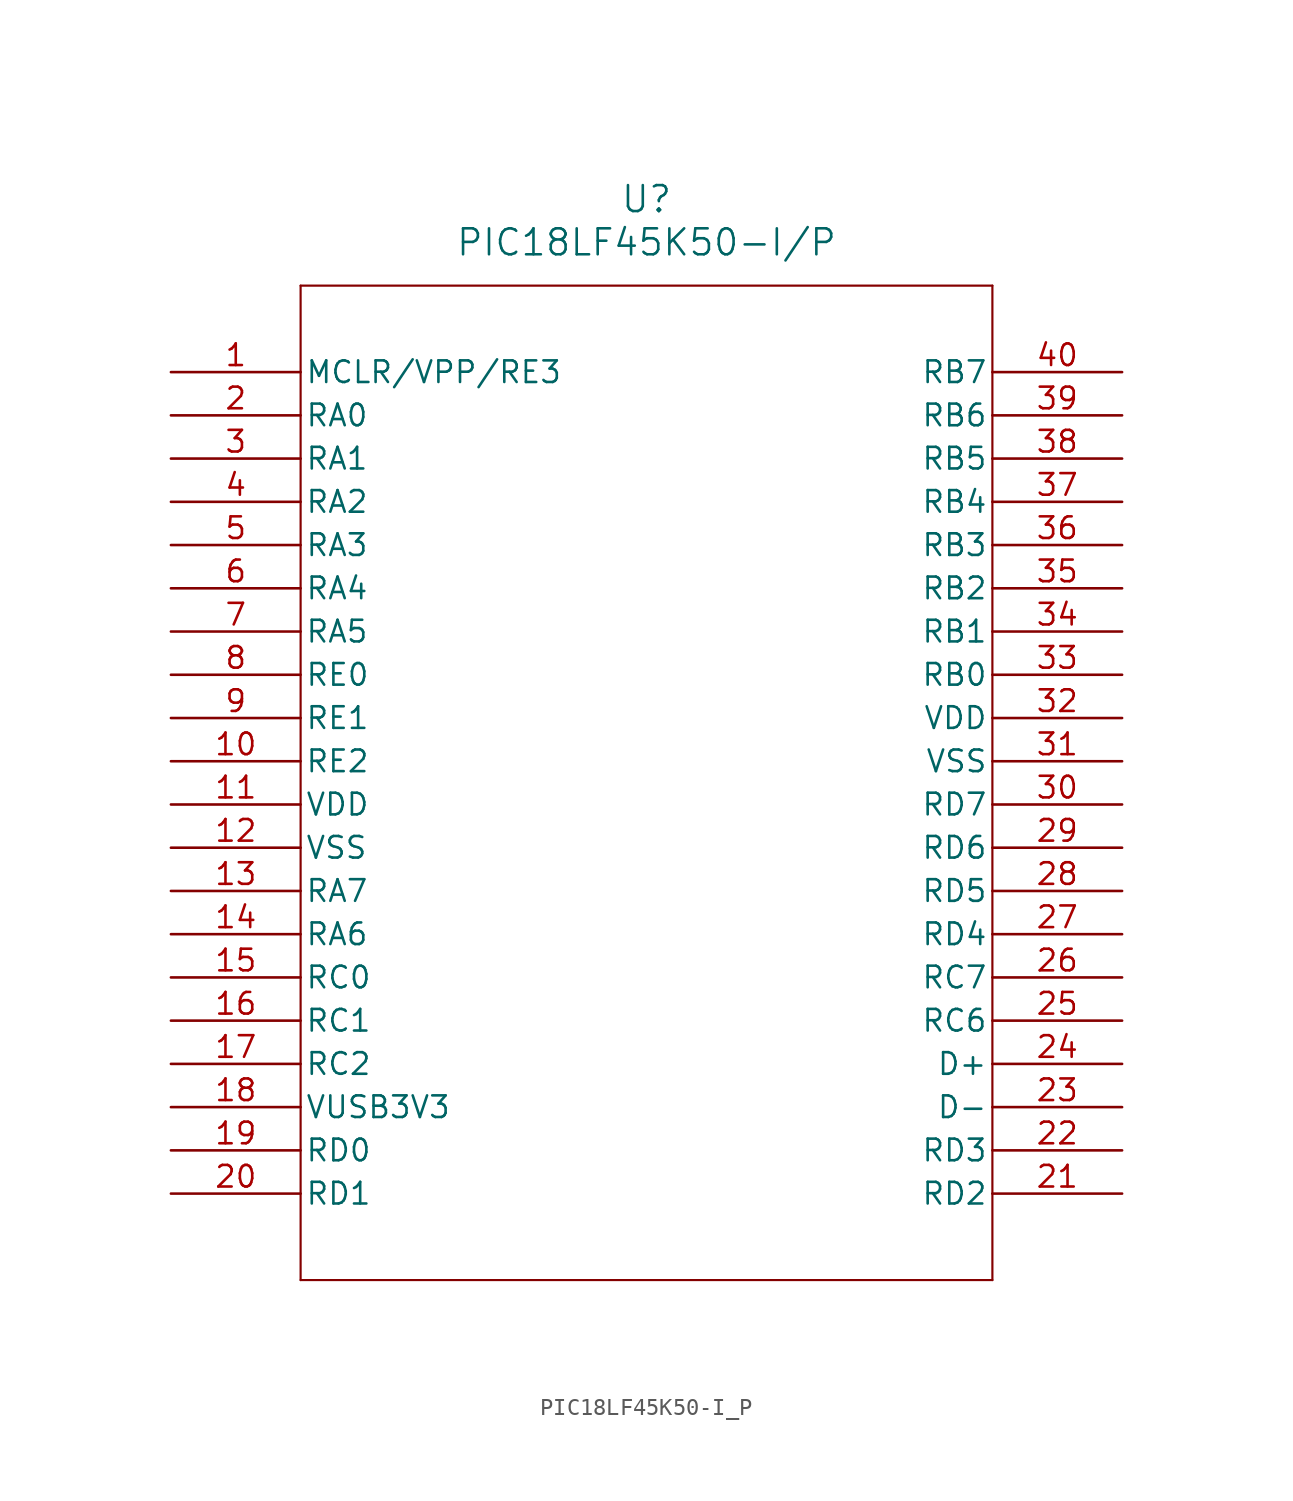
<source format=kicad_sym>
(kicad_symbol_lib
  (version 20211014)
  (generator kicad_symbol_editor)
  (symbol "PIC18LF45K50-I_P"
    (pin_names
      (offset 0.254))
    (property "Reference" "U"
      (at 27.94 10.16 0)
      (effects (font (size 1.524 1.524))))
    (property "Value" "PIC18LF45K50-I/P"
      (at 27.94 7.62 0)
      (effects (font (size 1.524 1.524))))
    (symbol "PIC18LF45K50-I_P_0_1"
      (polyline (pts (xy 7.62 5.08) (xy 7.62 -53.34)) (stroke (width 0.127) (type default) (color 0 0 0 0)) (fill (type none)))
      (polyline (pts (xy 7.62 -53.34) (xy 48.26 -53.34)) (stroke (width 0.127) (type default) (color 0 0 0 0)) (fill (type none)))
      (polyline (pts (xy 48.26 -53.34) (xy 48.26 5.08)) (stroke (width 0.127) (type default) (color 0 0 0 0)) (fill (type none)))
      (polyline (pts (xy 48.26 5.08) (xy 7.62 5.08)) (stroke (width 0.127) (type default) (color 0 0 0 0)) (fill (type none)))
      (pin bidirectional line (at 0 0 0) (length 7.62) (name "MCLR/VPP/RE3" (effects (font (size 1.27 1.27)))) (number "1" (effects (font (size 1.27 1.27)))))
      (pin bidirectional line (at 0 -2.54 0) (length 7.62) (name "RA0" (effects (font (size 1.27 1.27)))) (number "2" (effects (font (size 1.27 1.27)))))
      (pin bidirectional line (at 0 -5.08 0) (length 7.62) (name "RA1" (effects (font (size 1.27 1.27)))) (number "3" (effects (font (size 1.27 1.27)))))
      (pin bidirectional line (at 0 -7.62 0) (length 7.62) (name "RA2" (effects (font (size 1.27 1.27)))) (number "4" (effects (font (size 1.27 1.27)))))
      (pin bidirectional line (at 0 -10.16 0) (length 7.62) (name "RA3" (effects (font (size 1.27 1.27)))) (number "5" (effects (font (size 1.27 1.27)))))
      (pin bidirectional line (at 0 -12.7 0) (length 7.62) (name "RA4" (effects (font (size 1.27 1.27)))) (number "6" (effects (font (size 1.27 1.27)))))
      (pin bidirectional line (at 0 -15.24 0) (length 7.62) (name "RA5" (effects (font (size 1.27 1.27)))) (number "7" (effects (font (size 1.27 1.27)))))
      (pin bidirectional line (at 0 -17.78 0) (length 7.62) (name "RE0" (effects (font (size 1.27 1.27)))) (number "8" (effects (font (size 1.27 1.27)))))
      (pin bidirectional line (at 0 -20.32 0) (length 7.62) (name "RE1" (effects (font (size 1.27 1.27)))) (number "9" (effects (font (size 1.27 1.27)))))
      (pin bidirectional line (at 0 -22.86 0) (length 7.62) (name "RE2" (effects (font (size 1.27 1.27)))) (number "10" (effects (font (size 1.27 1.27)))))
      (pin power_in line (at 0 -25.4 0) (length 7.62) (name "VDD" (effects (font (size 1.27 1.27)))) (number "11" (effects (font (size 1.27 1.27)))))
      (pin power_in line (at 0 -27.94 0) (length 7.62) (name "VSS" (effects (font (size 1.27 1.27)))) (number "12" (effects (font (size 1.27 1.27)))))
      (pin bidirectional line (at 0 -30.48 0) (length 7.62) (name "RA7" (effects (font (size 1.27 1.27)))) (number "13" (effects (font (size 1.27 1.27)))))
      (pin bidirectional line (at 0 -33.02 0) (length 7.62) (name "RA6" (effects (font (size 1.27 1.27)))) (number "14" (effects (font (size 1.27 1.27)))))
      (pin bidirectional line (at 0 -35.56 0) (length 7.62) (name "RC0" (effects (font (size 1.27 1.27)))) (number "15" (effects (font (size 1.27 1.27)))))
      (pin bidirectional line (at 0 -38.1 0) (length 7.62) (name "RC1" (effects (font (size 1.27 1.27)))) (number "16" (effects (font (size 1.27 1.27)))))
      (pin bidirectional line (at 0 -40.64 0) (length 7.62) (name "RC2" (effects (font (size 1.27 1.27)))) (number "17" (effects (font (size 1.27 1.27)))))
      (pin power_in line (at 0 -43.18 0) (length 7.62) (name "VUSB3V3" (effects (font (size 1.27 1.27)))) (number "18" (effects (font (size 1.27 1.27)))))
      (pin bidirectional line (at 0 -45.72 0) (length 7.62) (name "RD0" (effects (font (size 1.27 1.27)))) (number "19" (effects (font (size 1.27 1.27)))))
      (pin bidirectional line (at 0 -48.26 0) (length 7.62) (name "RD1" (effects (font (size 1.27 1.27)))) (number "20" (effects (font (size 1.27 1.27)))))
      (pin bidirectional line (at 55.88 -48.26 180) (length 7.62) (name "RD2" (effects (font (size 1.27 1.27)))) (number "21" (effects (font (size 1.27 1.27)))))
      (pin bidirectional line (at 55.88 -45.72 180) (length 7.62) (name "RD3" (effects (font (size 1.27 1.27)))) (number "22" (effects (font (size 1.27 1.27)))))
      (pin bidirectional line (at 55.88 -43.18 180) (length 7.62) (name "D-" (effects (font (size 1.27 1.27)))) (number "23" (effects (font (size 1.27 1.27)))))
      (pin bidirectional line (at 55.88 -40.64 180) (length 7.62) (name "D+" (effects (font (size 1.27 1.27)))) (number "24" (effects (font (size 1.27 1.27)))))
      (pin bidirectional line (at 55.88 -38.1 180) (length 7.62) (name "RC6" (effects (font (size 1.27 1.27)))) (number "25" (effects (font (size 1.27 1.27)))))
      (pin bidirectional line (at 55.88 -35.56 180) (length 7.62) (name "RC7" (effects (font (size 1.27 1.27)))) (number "26" (effects (font (size 1.27 1.27)))))
      (pin bidirectional line (at 55.88 -33.02 180) (length 7.62) (name "RD4" (effects (font (size 1.27 1.27)))) (number "27" (effects (font (size 1.27 1.27)))))
      (pin bidirectional line (at 55.88 -30.48 180) (length 7.62) (name "RD5" (effects (font (size 1.27 1.27)))) (number "28" (effects (font (size 1.27 1.27)))))
      (pin bidirectional line (at 55.88 -27.94 180) (length 7.62) (name "RD6" (effects (font (size 1.27 1.27)))) (number "29" (effects (font (size 1.27 1.27)))))
      (pin bidirectional line (at 55.88 -25.4 180) (length 7.62) (name "RD7" (effects (font (size 1.27 1.27)))) (number "30" (effects (font (size 1.27 1.27)))))
      (pin power_in line (at 55.88 -22.86 180) (length 7.62) (name "VSS" (effects (font (size 1.27 1.27)))) (number "31" (effects (font (size 1.27 1.27)))))
      (pin power_in line (at 55.88 -20.32 180) (length 7.62) (name "VDD" (effects (font (size 1.27 1.27)))) (number "32" (effects (font (size 1.27 1.27)))))
      (pin bidirectional line (at 55.88 -17.78 180) (length 7.62) (name "RB0" (effects (font (size 1.27 1.27)))) (number "33" (effects (font (size 1.27 1.27)))))
      (pin bidirectional line (at 55.88 -15.24 180) (length 7.62) (name "RB1" (effects (font (size 1.27 1.27)))) (number "34" (effects (font (size 1.27 1.27)))))
      (pin bidirectional line (at 55.88 -12.7 180) (length 7.62) (name "RB2" (effects (font (size 1.27 1.27)))) (number "35" (effects (font (size 1.27 1.27)))))
      (pin bidirectional line (at 55.88 -10.16 180) (length 7.62) (name "RB3" (effects (font (size 1.27 1.27)))) (number "36" (effects (font (size 1.27 1.27)))))
      (pin bidirectional line (at 55.88 -7.62 180) (length 7.62) (name "RB4" (effects (font (size 1.27 1.27)))) (number "37" (effects (font (size 1.27 1.27)))))
      (pin bidirectional line (at 55.88 -5.08 180) (length 7.62) (name "RB5" (effects (font (size 1.27 1.27)))) (number "38" (effects (font (size 1.27 1.27)))))
      (pin bidirectional line (at 55.88 -2.54 180) (length 7.62) (name "RB6" (effects (font (size 1.27 1.27)))) (number "39" (effects (font (size 1.27 1.27)))))
      (pin bidirectional line (at 55.88 0 180) (length 7.62) (name "RB7" (effects (font (size 1.27 1.27)))) (number "40" (effects (font (size 1.27 1.27))))))))
</source>
